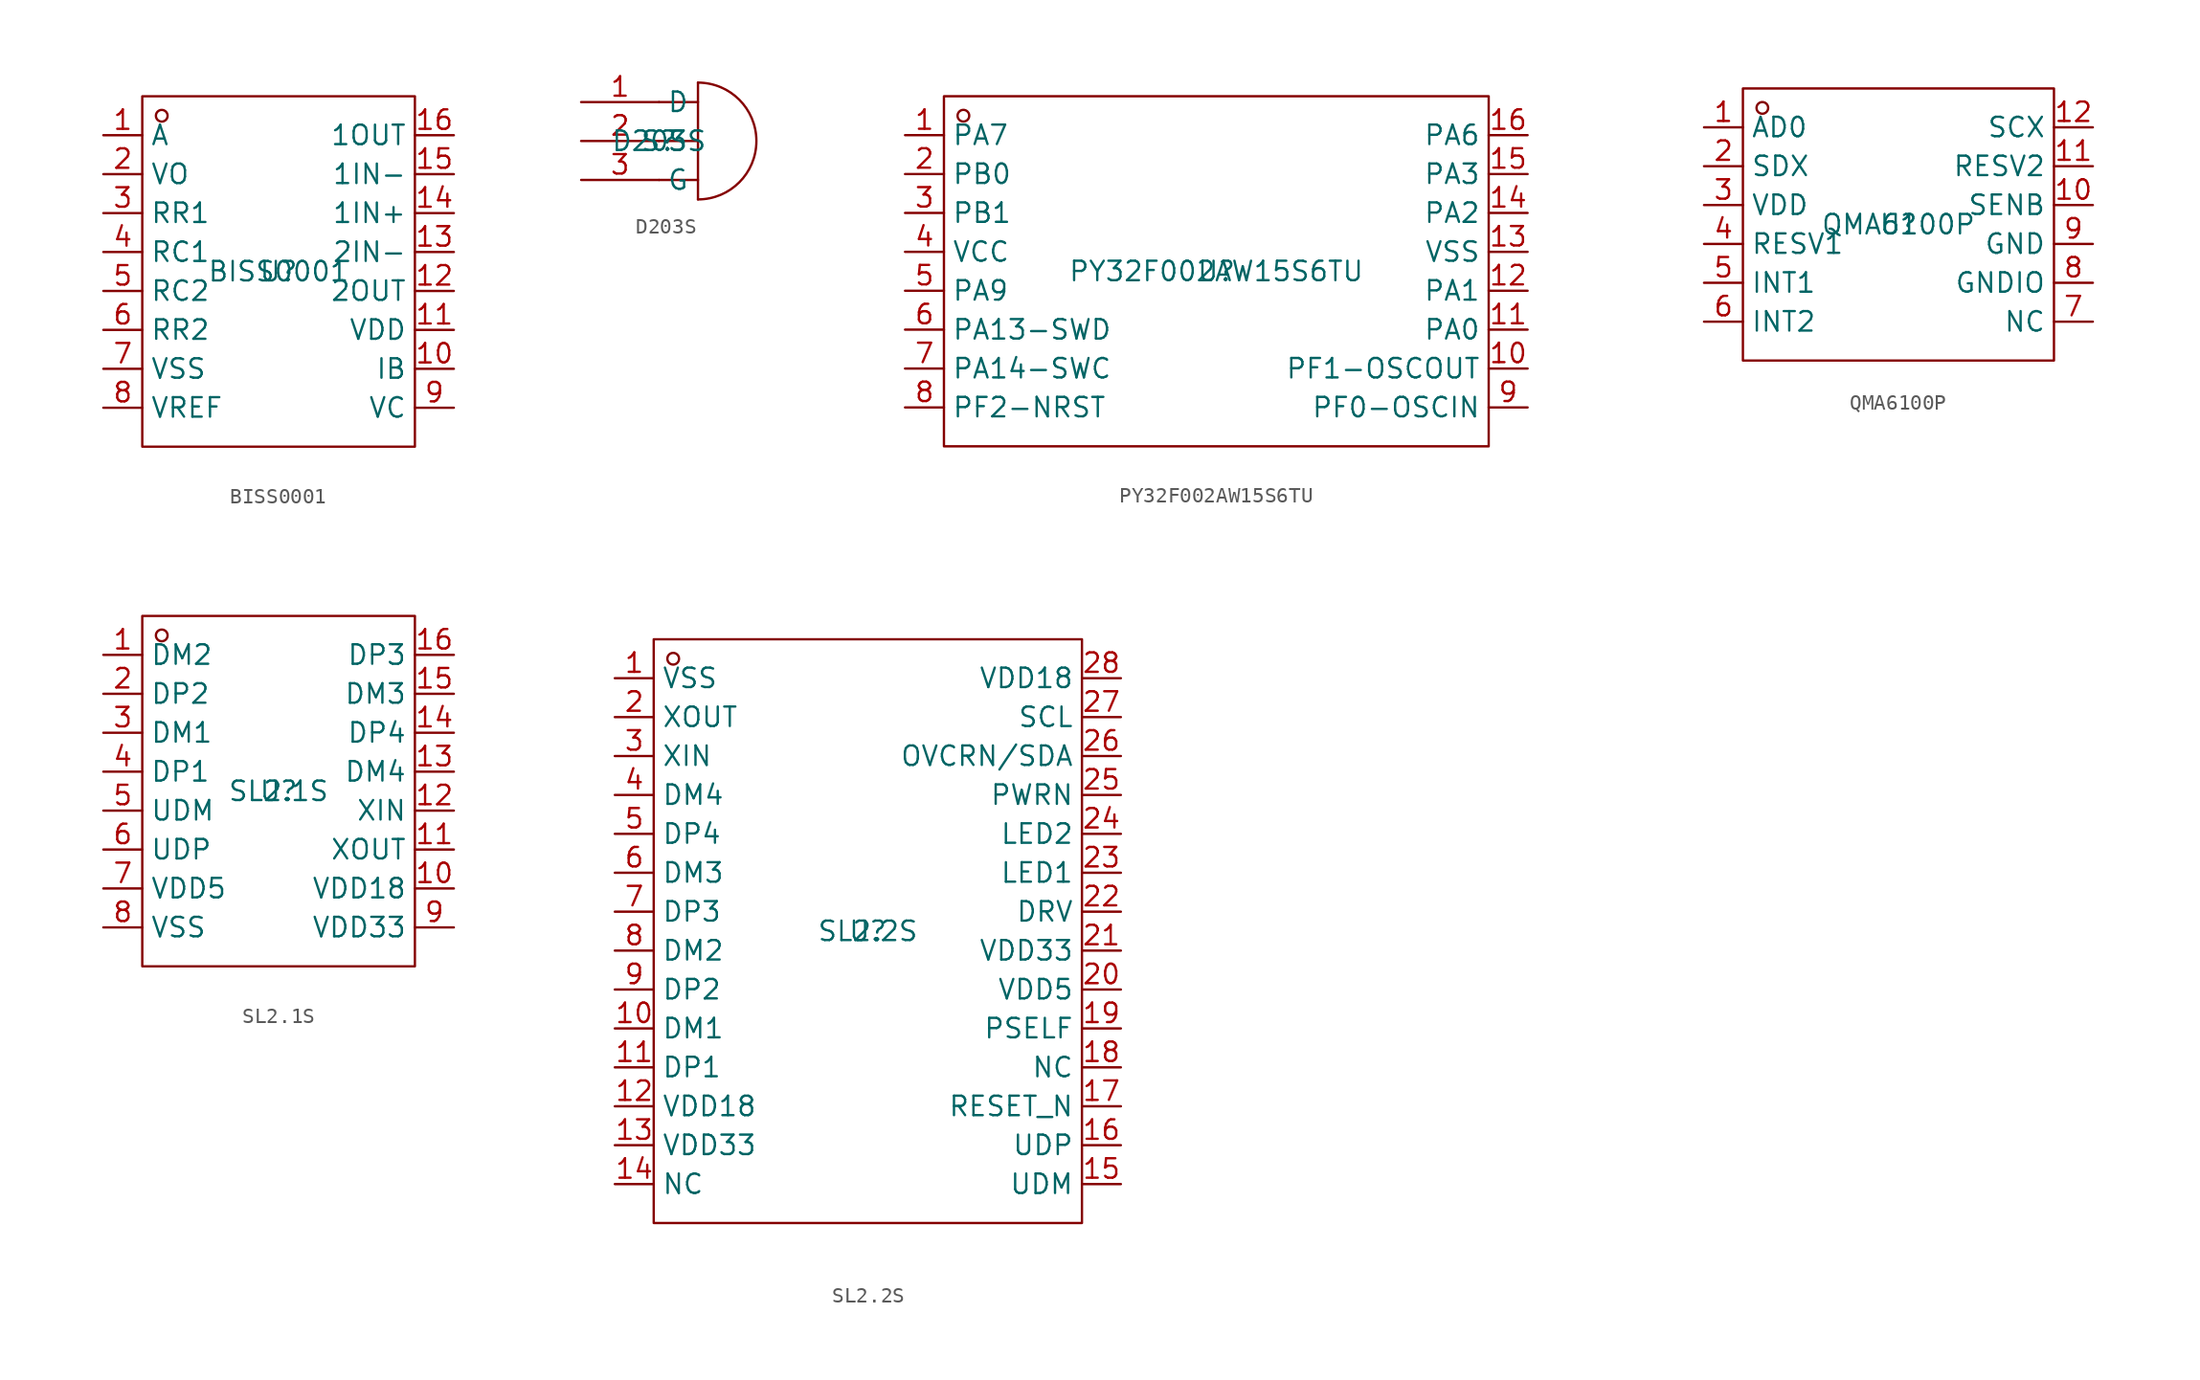
<source format=kicad_sym>
(kicad_symbol_lib
  (version 20231120)
  (generator "kicad_symbol_editor")
  (generator_version "8.0")
  (symbol "BISS0001"
    (property "Reference" "U"
      (at 0 0 0)
      (effects (font (size 1.27 1.27))))
    (property "Value" "BISS0001"
      (at 0 0 0)
      (effects (font (size 1.27 1.27))))
    (symbol "BISS0001_1_0"
      (rectangle (start -8.89 -11.43) (end 8.89 11.43) (stroke (width 0) (type default)) (fill (type none)))
      (circle (center -7.62 10.16) (radius 0.381) (stroke (width 0) (type default)) (fill (type none)))
      (pin passive line (at -11.43 8.89 0) (length 2.54) (name "A" (effects (font (size 1.27 1.27)))) (number "1" (effects (font (size 1.27 1.27)))))
      (pin passive line (at 11.43 -6.35 180) (length 2.54) (name "IB" (effects (font (size 1.27 1.27)))) (number "10" (effects (font (size 1.27 1.27)))))
      (pin passive line (at 11.43 -3.81 180) (length 2.54) (name "VDD" (effects (font (size 1.27 1.27)))) (number "11" (effects (font (size 1.27 1.27)))))
      (pin passive line (at 11.43 -1.27 180) (length 2.54) (name "2OUT" (effects (font (size 1.27 1.27)))) (number "12" (effects (font (size 1.27 1.27)))))
      (pin passive line (at 11.43 1.27 180) (length 2.54) (name "2IN-" (effects (font (size 1.27 1.27)))) (number "13" (effects (font (size 1.27 1.27)))))
      (pin passive line (at 11.43 3.81 180) (length 2.54) (name "1IN+" (effects (font (size 1.27 1.27)))) (number "14" (effects (font (size 1.27 1.27)))))
      (pin passive line (at 11.43 6.35 180) (length 2.54) (name "1IN-" (effects (font (size 1.27 1.27)))) (number "15" (effects (font (size 1.27 1.27)))))
      (pin passive line (at 11.43 8.89 180) (length 2.54) (name "1OUT" (effects (font (size 1.27 1.27)))) (number "16" (effects (font (size 1.27 1.27)))))
      (pin passive line (at -11.43 6.35 0) (length 2.54) (name "VO" (effects (font (size 1.27 1.27)))) (number "2" (effects (font (size 1.27 1.27)))))
      (pin passive line (at -11.43 3.81 0) (length 2.54) (name "RR1" (effects (font (size 1.27 1.27)))) (number "3" (effects (font (size 1.27 1.27)))))
      (pin passive line (at -11.43 1.27 0) (length 2.54) (name "RC1" (effects (font (size 1.27 1.27)))) (number "4" (effects (font (size 1.27 1.27)))))
      (pin passive line (at -11.43 -1.27 0) (length 2.54) (name "RC2" (effects (font (size 1.27 1.27)))) (number "5" (effects (font (size 1.27 1.27)))))
      (pin passive line (at -11.43 -3.81 0) (length 2.54) (name "RR2" (effects (font (size 1.27 1.27)))) (number "6" (effects (font (size 1.27 1.27)))))
      (pin passive line (at -11.43 -6.35 0) (length 2.54) (name "VSS" (effects (font (size 1.27 1.27)))) (number "7" (effects (font (size 1.27 1.27)))))
      (pin passive line (at -11.43 -8.89 0) (length 2.54) (name "VREF" (effects (font (size 1.27 1.27)))) (number "8" (effects (font (size 1.27 1.27)))))
      (pin passive line (at 11.43 -8.89 180) (length 2.54) (name "VC" (effects (font (size 1.27 1.27)))) (number "9" (effects (font (size 1.27 1.27)))))))
  (symbol "D203S"
    (property "Reference" "S"
      (at 0 0 0)
      (effects (font (size 1.27 1.27))))
    (property "Value" "D203S"
      (at 0 0 0)
      (effects (font (size 1.27 1.27))))
    (symbol "D203S_1_0"
      (polyline (pts (xy 0 -2.54) (xy 2.54 -2.54)) (stroke (width 0) (type default)) (fill (type none)))
      (polyline (pts (xy 0 0) (xy 2.54 0)) (stroke (width 0) (type default)) (fill (type none)))
      (polyline (pts (xy 0 2.54) (xy 2.54 2.54)) (stroke (width 0) (type default)) (fill (type none)))
      (polyline (pts (xy 2.54 3.81) (xy 2.54 -3.81)) (stroke (width 0) (type default)) (fill (type none)))
      (arc (start 2.54 -3.81) (mid 6.35 0) (end 2.54 3.81) (stroke (width 0) (type default)) (fill (type none)))
      (pin passive line (at -5.08 2.54 0) (length 5.08) (name "D" (effects (font (size 1.27 1.27)))) (number "1" (effects (font (size 1.27 1.27)))))
      (pin passive line (at -5.08 0 0) (length 5.08) (name "S" (effects (font (size 1.27 1.27)))) (number "2" (effects (font (size 1.27 1.27)))))
      (pin passive line (at -5.08 -2.54 0) (length 5.08) (name "G" (effects (font (size 1.27 1.27)))) (number "3" (effects (font (size 1.27 1.27)))))))
  (symbol "PY32F002AW15S6TU"
    (property "Reference" "U"
      (at 0 0 0)
      (effects (font (size 1.27 1.27))))
    (property "Value" "PY32F002AW15S6TU"
      (at 0 0 0)
      (effects (font (size 1.27 1.27))))
    (symbol "PY32F002AW15S6TU_1_0"
      (rectangle (start -17.78 -11.43) (end 17.78 11.43) (stroke (width 0) (type default)) (fill (type none)))
      (circle (center -16.51 10.16) (radius 0.381) (stroke (width 0) (type default)) (fill (type none)))
      (pin passive line (at -20.32 8.89 0) (length 2.54) (name "PA7" (effects (font (size 1.27 1.27)))) (number "1" (effects (font (size 1.27 1.27)))))
      (pin passive line (at 20.32 -6.35 180) (length 2.54) (name "PF1-OSCOUT" (effects (font (size 1.27 1.27)))) (number "10" (effects (font (size 1.27 1.27)))))
      (pin passive line (at 20.32 -3.81 180) (length 2.54) (name "PA0" (effects (font (size 1.27 1.27)))) (number "11" (effects (font (size 1.27 1.27)))))
      (pin passive line (at 20.32 -1.27 180) (length 2.54) (name "PA1" (effects (font (size 1.27 1.27)))) (number "12" (effects (font (size 1.27 1.27)))))
      (pin passive line (at 20.32 1.27 180) (length 2.54) (name "VSS" (effects (font (size 1.27 1.27)))) (number "13" (effects (font (size 1.27 1.27)))))
      (pin passive line (at 20.32 3.81 180) (length 2.54) (name "PA2" (effects (font (size 1.27 1.27)))) (number "14" (effects (font (size 1.27 1.27)))))
      (pin passive line (at 20.32 6.35 180) (length 2.54) (name "PA3" (effects (font (size 1.27 1.27)))) (number "15" (effects (font (size 1.27 1.27)))))
      (pin passive line (at 20.32 8.89 180) (length 2.54) (name "PA6" (effects (font (size 1.27 1.27)))) (number "16" (effects (font (size 1.27 1.27)))))
      (pin passive line (at -20.32 6.35 0) (length 2.54) (name "PB0" (effects (font (size 1.27 1.27)))) (number "2" (effects (font (size 1.27 1.27)))))
      (pin passive line (at -20.32 3.81 0) (length 2.54) (name "PB1" (effects (font (size 1.27 1.27)))) (number "3" (effects (font (size 1.27 1.27)))))
      (pin passive line (at -20.32 1.27 0) (length 2.54) (name "VCC" (effects (font (size 1.27 1.27)))) (number "4" (effects (font (size 1.27 1.27)))))
      (pin passive line (at -20.32 -1.27 0) (length 2.54) (name "PA9" (effects (font (size 1.27 1.27)))) (number "5" (effects (font (size 1.27 1.27)))))
      (pin passive line (at -20.32 -3.81 0) (length 2.54) (name "PA13-SWD" (effects (font (size 1.27 1.27)))) (number "6" (effects (font (size 1.27 1.27)))))
      (pin passive line (at -20.32 -6.35 0) (length 2.54) (name "PA14-SWC" (effects (font (size 1.27 1.27)))) (number "7" (effects (font (size 1.27 1.27)))))
      (pin passive line (at -20.32 -8.89 0) (length 2.54) (name "PF2-NRST" (effects (font (size 1.27 1.27)))) (number "8" (effects (font (size 1.27 1.27)))))
      (pin passive line (at 20.32 -8.89 180) (length 2.54) (name "PF0-OSCIN" (effects (font (size 1.27 1.27)))) (number "9" (effects (font (size 1.27 1.27)))))))
  (symbol "QMA6100P"
    (property "Reference" "U"
      (at 0 0 0)
      (effects (font (size 1.27 1.27))))
    (property "Value" "QMA6100P"
      (at 0 0 0)
      (effects (font (size 1.27 1.27))))
    (symbol "QMA6100P_1_0"
      (rectangle (start -10.16 -8.89) (end 10.16 8.89) (stroke (width 0) (type default)) (fill (type none)))
      (circle (center -8.89 7.62) (radius 0.381) (stroke (width 0) (type default)) (fill (type none)))
      (pin passive line (at -12.7 6.35 0) (length 2.54) (name "AD0" (effects (font (size 1.27 1.27)))) (number "1" (effects (font (size 1.27 1.27)))))
      (pin passive line (at 12.7 1.27 180) (length 2.54) (name "SENB" (effects (font (size 1.27 1.27)))) (number "10" (effects (font (size 1.27 1.27)))))
      (pin passive line (at 12.7 3.81 180) (length 2.54) (name "RESV2" (effects (font (size 1.27 1.27)))) (number "11" (effects (font (size 1.27 1.27)))))
      (pin passive line (at 12.7 6.35 180) (length 2.54) (name "SCX" (effects (font (size 1.27 1.27)))) (number "12" (effects (font (size 1.27 1.27)))))
      (pin passive line (at -12.7 3.81 0) (length 2.54) (name "SDX" (effects (font (size 1.27 1.27)))) (number "2" (effects (font (size 1.27 1.27)))))
      (pin passive line (at -12.7 1.27 0) (length 2.54) (name "VDD" (effects (font (size 1.27 1.27)))) (number "3" (effects (font (size 1.27 1.27)))))
      (pin passive line (at -12.7 -1.27 0) (length 2.54) (name "RESV1" (effects (font (size 1.27 1.27)))) (number "4" (effects (font (size 1.27 1.27)))))
      (pin passive line (at -12.7 -3.81 0) (length 2.54) (name "INT1" (effects (font (size 1.27 1.27)))) (number "5" (effects (font (size 1.27 1.27)))))
      (pin passive line (at -12.7 -6.35 0) (length 2.54) (name "INT2" (effects (font (size 1.27 1.27)))) (number "6" (effects (font (size 1.27 1.27)))))
      (pin passive line (at 12.7 -6.35 180) (length 2.54) (name "NC" (effects (font (size 1.27 1.27)))) (number "7" (effects (font (size 1.27 1.27)))))
      (pin passive line (at 12.7 -3.81 180) (length 2.54) (name "GNDIO" (effects (font (size 1.27 1.27)))) (number "8" (effects (font (size 1.27 1.27)))))
      (pin passive line (at 12.7 -1.27 180) (length 2.54) (name "GND" (effects (font (size 1.27 1.27)))) (number "9" (effects (font (size 1.27 1.27)))))))
  (symbol "SL2.1S"
    (property "Reference" "U"
      (at 0 0 0)
      (effects (font (size 1.27 1.27))))
    (property "Value" "SL2.1S"
      (at 0 0 0)
      (effects (font (size 1.27 1.27))))
    (symbol "SL2.1S_1_0"
      (rectangle (start -8.89 -11.43) (end 8.89 11.43) (stroke (width 0) (type default)) (fill (type none)))
      (circle (center -7.62 10.16) (radius 0.381) (stroke (width 0) (type default)) (fill (type none)))
      (pin passive line (at -11.43 8.89 0) (length 2.54) (name "DM2" (effects (font (size 1.27 1.27)))) (number "1" (effects (font (size 1.27 1.27)))))
      (pin passive line (at 11.43 -6.35 180) (length 2.54) (name "VDD18" (effects (font (size 1.27 1.27)))) (number "10" (effects (font (size 1.27 1.27)))))
      (pin passive line (at 11.43 -3.81 180) (length 2.54) (name "XOUT" (effects (font (size 1.27 1.27)))) (number "11" (effects (font (size 1.27 1.27)))))
      (pin passive line (at 11.43 -1.27 180) (length 2.54) (name "XIN" (effects (font (size 1.27 1.27)))) (number "12" (effects (font (size 1.27 1.27)))))
      (pin passive line (at 11.43 1.27 180) (length 2.54) (name "DM4" (effects (font (size 1.27 1.27)))) (number "13" (effects (font (size 1.27 1.27)))))
      (pin passive line (at 11.43 3.81 180) (length 2.54) (name "DP4" (effects (font (size 1.27 1.27)))) (number "14" (effects (font (size 1.27 1.27)))))
      (pin passive line (at 11.43 6.35 180) (length 2.54) (name "DM3" (effects (font (size 1.27 1.27)))) (number "15" (effects (font (size 1.27 1.27)))))
      (pin passive line (at 11.43 8.89 180) (length 2.54) (name "DP3" (effects (font (size 1.27 1.27)))) (number "16" (effects (font (size 1.27 1.27)))))
      (pin passive line (at -11.43 6.35 0) (length 2.54) (name "DP2" (effects (font (size 1.27 1.27)))) (number "2" (effects (font (size 1.27 1.27)))))
      (pin passive line (at -11.43 3.81 0) (length 2.54) (name "DM1" (effects (font (size 1.27 1.27)))) (number "3" (effects (font (size 1.27 1.27)))))
      (pin passive line (at -11.43 1.27 0) (length 2.54) (name "DP1" (effects (font (size 1.27 1.27)))) (number "4" (effects (font (size 1.27 1.27)))))
      (pin passive line (at -11.43 -1.27 0) (length 2.54) (name "UDM" (effects (font (size 1.27 1.27)))) (number "5" (effects (font (size 1.27 1.27)))))
      (pin passive line (at -11.43 -3.81 0) (length 2.54) (name "UDP" (effects (font (size 1.27 1.27)))) (number "6" (effects (font (size 1.27 1.27)))))
      (pin passive line (at -11.43 -6.35 0) (length 2.54) (name "VDD5" (effects (font (size 1.27 1.27)))) (number "7" (effects (font (size 1.27 1.27)))))
      (pin passive line (at -11.43 -8.89 0) (length 2.54) (name "VSS" (effects (font (size 1.27 1.27)))) (number "8" (effects (font (size 1.27 1.27)))))
      (pin passive line (at 11.43 -8.89 180) (length 2.54) (name "VDD33" (effects (font (size 1.27 1.27)))) (number "9" (effects (font (size 1.27 1.27)))))))
  (symbol "SL2.2S"
    (property "Reference" "U"
      (at 0 0 0)
      (effects (font (size 1.27 1.27))))
    (property "Value" "SL2.2S"
      (at 0 0 0)
      (effects (font (size 1.27 1.27))))
    (symbol "SL2.2S_1_0"
      (rectangle (start -13.97 -19.05) (end 13.97 19.05) (stroke (width 0) (type default)) (fill (type none)))
      (circle (center -12.7 17.78) (radius 0.381) (stroke (width 0) (type default)) (fill (type none)))
      (pin passive line (at -16.51 16.51 0) (length 2.54) (name "VSS" (effects (font (size 1.27 1.27)))) (number "1" (effects (font (size 1.27 1.27)))))
      (pin passive line (at -16.51 -6.35 0) (length 2.54) (name "DM1" (effects (font (size 1.27 1.27)))) (number "10" (effects (font (size 1.27 1.27)))))
      (pin passive line (at -16.51 -8.89 0) (length 2.54) (name "DP1" (effects (font (size 1.27 1.27)))) (number "11" (effects (font (size 1.27 1.27)))))
      (pin passive line (at -16.51 -11.43 0) (length 2.54) (name "VDD18" (effects (font (size 1.27 1.27)))) (number "12" (effects (font (size 1.27 1.27)))))
      (pin passive line (at -16.51 -13.97 0) (length 2.54) (name "VDD33" (effects (font (size 1.27 1.27)))) (number "13" (effects (font (size 1.27 1.27)))))
      (pin passive line (at -16.51 -16.51 0) (length 2.54) (name "NC" (effects (font (size 1.27 1.27)))) (number "14" (effects (font (size 1.27 1.27)))))
      (pin passive line (at 16.51 -16.51 180) (length 2.54) (name "UDM" (effects (font (size 1.27 1.27)))) (number "15" (effects (font (size 1.27 1.27)))))
      (pin passive line (at 16.51 -13.97 180) (length 2.54) (name "UDP" (effects (font (size 1.27 1.27)))) (number "16" (effects (font (size 1.27 1.27)))))
      (pin passive line (at 16.51 -11.43 180) (length 2.54) (name "RESET_N" (effects (font (size 1.27 1.27)))) (number "17" (effects (font (size 1.27 1.27)))))
      (pin passive line (at 16.51 -8.89 180) (length 2.54) (name "NC" (effects (font (size 1.27 1.27)))) (number "18" (effects (font (size 1.27 1.27)))))
      (pin passive line (at 16.51 -6.35 180) (length 2.54) (name "PSELF" (effects (font (size 1.27 1.27)))) (number "19" (effects (font (size 1.27 1.27)))))
      (pin passive line (at -16.51 13.97 0) (length 2.54) (name "XOUT" (effects (font (size 1.27 1.27)))) (number "2" (effects (font (size 1.27 1.27)))))
      (pin passive line (at 16.51 -3.81 180) (length 2.54) (name "VDD5" (effects (font (size 1.27 1.27)))) (number "20" (effects (font (size 1.27 1.27)))))
      (pin passive line (at 16.51 -1.27 180) (length 2.54) (name "VDD33" (effects (font (size 1.27 1.27)))) (number "21" (effects (font (size 1.27 1.27)))))
      (pin passive line (at 16.51 1.27 180) (length 2.54) (name "DRV" (effects (font (size 1.27 1.27)))) (number "22" (effects (font (size 1.27 1.27)))))
      (pin passive line (at 16.51 3.81 180) (length 2.54) (name "LED1" (effects (font (size 1.27 1.27)))) (number "23" (effects (font (size 1.27 1.27)))))
      (pin passive line (at 16.51 6.35 180) (length 2.54) (name "LED2" (effects (font (size 1.27 1.27)))) (number "24" (effects (font (size 1.27 1.27)))))
      (pin passive line (at 16.51 8.89 180) (length 2.54) (name "PWRN" (effects (font (size 1.27 1.27)))) (number "25" (effects (font (size 1.27 1.27)))))
      (pin passive line (at 16.51 11.43 180) (length 2.54) (name "OVCRN/SDA" (effects (font (size 1.27 1.27)))) (number "26" (effects (font (size 1.27 1.27)))))
      (pin passive line (at 16.51 13.97 180) (length 2.54) (name "SCL" (effects (font (size 1.27 1.27)))) (number "27" (effects (font (size 1.27 1.27)))))
      (pin passive line (at 16.51 16.51 180) (length 2.54) (name "VDD18" (effects (font (size 1.27 1.27)))) (number "28" (effects (font (size 1.27 1.27)))))
      (pin passive line (at -16.51 11.43 0) (length 2.54) (name "XIN" (effects (font (size 1.27 1.27)))) (number "3" (effects (font (size 1.27 1.27)))))
      (pin passive line (at -16.51 8.89 0) (length 2.54) (name "DM4" (effects (font (size 1.27 1.27)))) (number "4" (effects (font (size 1.27 1.27)))))
      (pin passive line (at -16.51 6.35 0) (length 2.54) (name "DP4" (effects (font (size 1.27 1.27)))) (number "5" (effects (font (size 1.27 1.27)))))
      (pin passive line (at -16.51 3.81 0) (length 2.54) (name "DM3" (effects (font (size 1.27 1.27)))) (number "6" (effects (font (size 1.27 1.27)))))
      (pin passive line (at -16.51 1.27 0) (length 2.54) (name "DP3" (effects (font (size 1.27 1.27)))) (number "7" (effects (font (size 1.27 1.27)))))
      (pin passive line (at -16.51 -1.27 0) (length 2.54) (name "DM2" (effects (font (size 1.27 1.27)))) (number "8" (effects (font (size 1.27 1.27)))))
      (pin passive line (at -16.51 -3.81 0) (length 2.54) (name "DP2" (effects (font (size 1.27 1.27)))) (number "9" (effects (font (size 1.27 1.27))))))))
</source>
